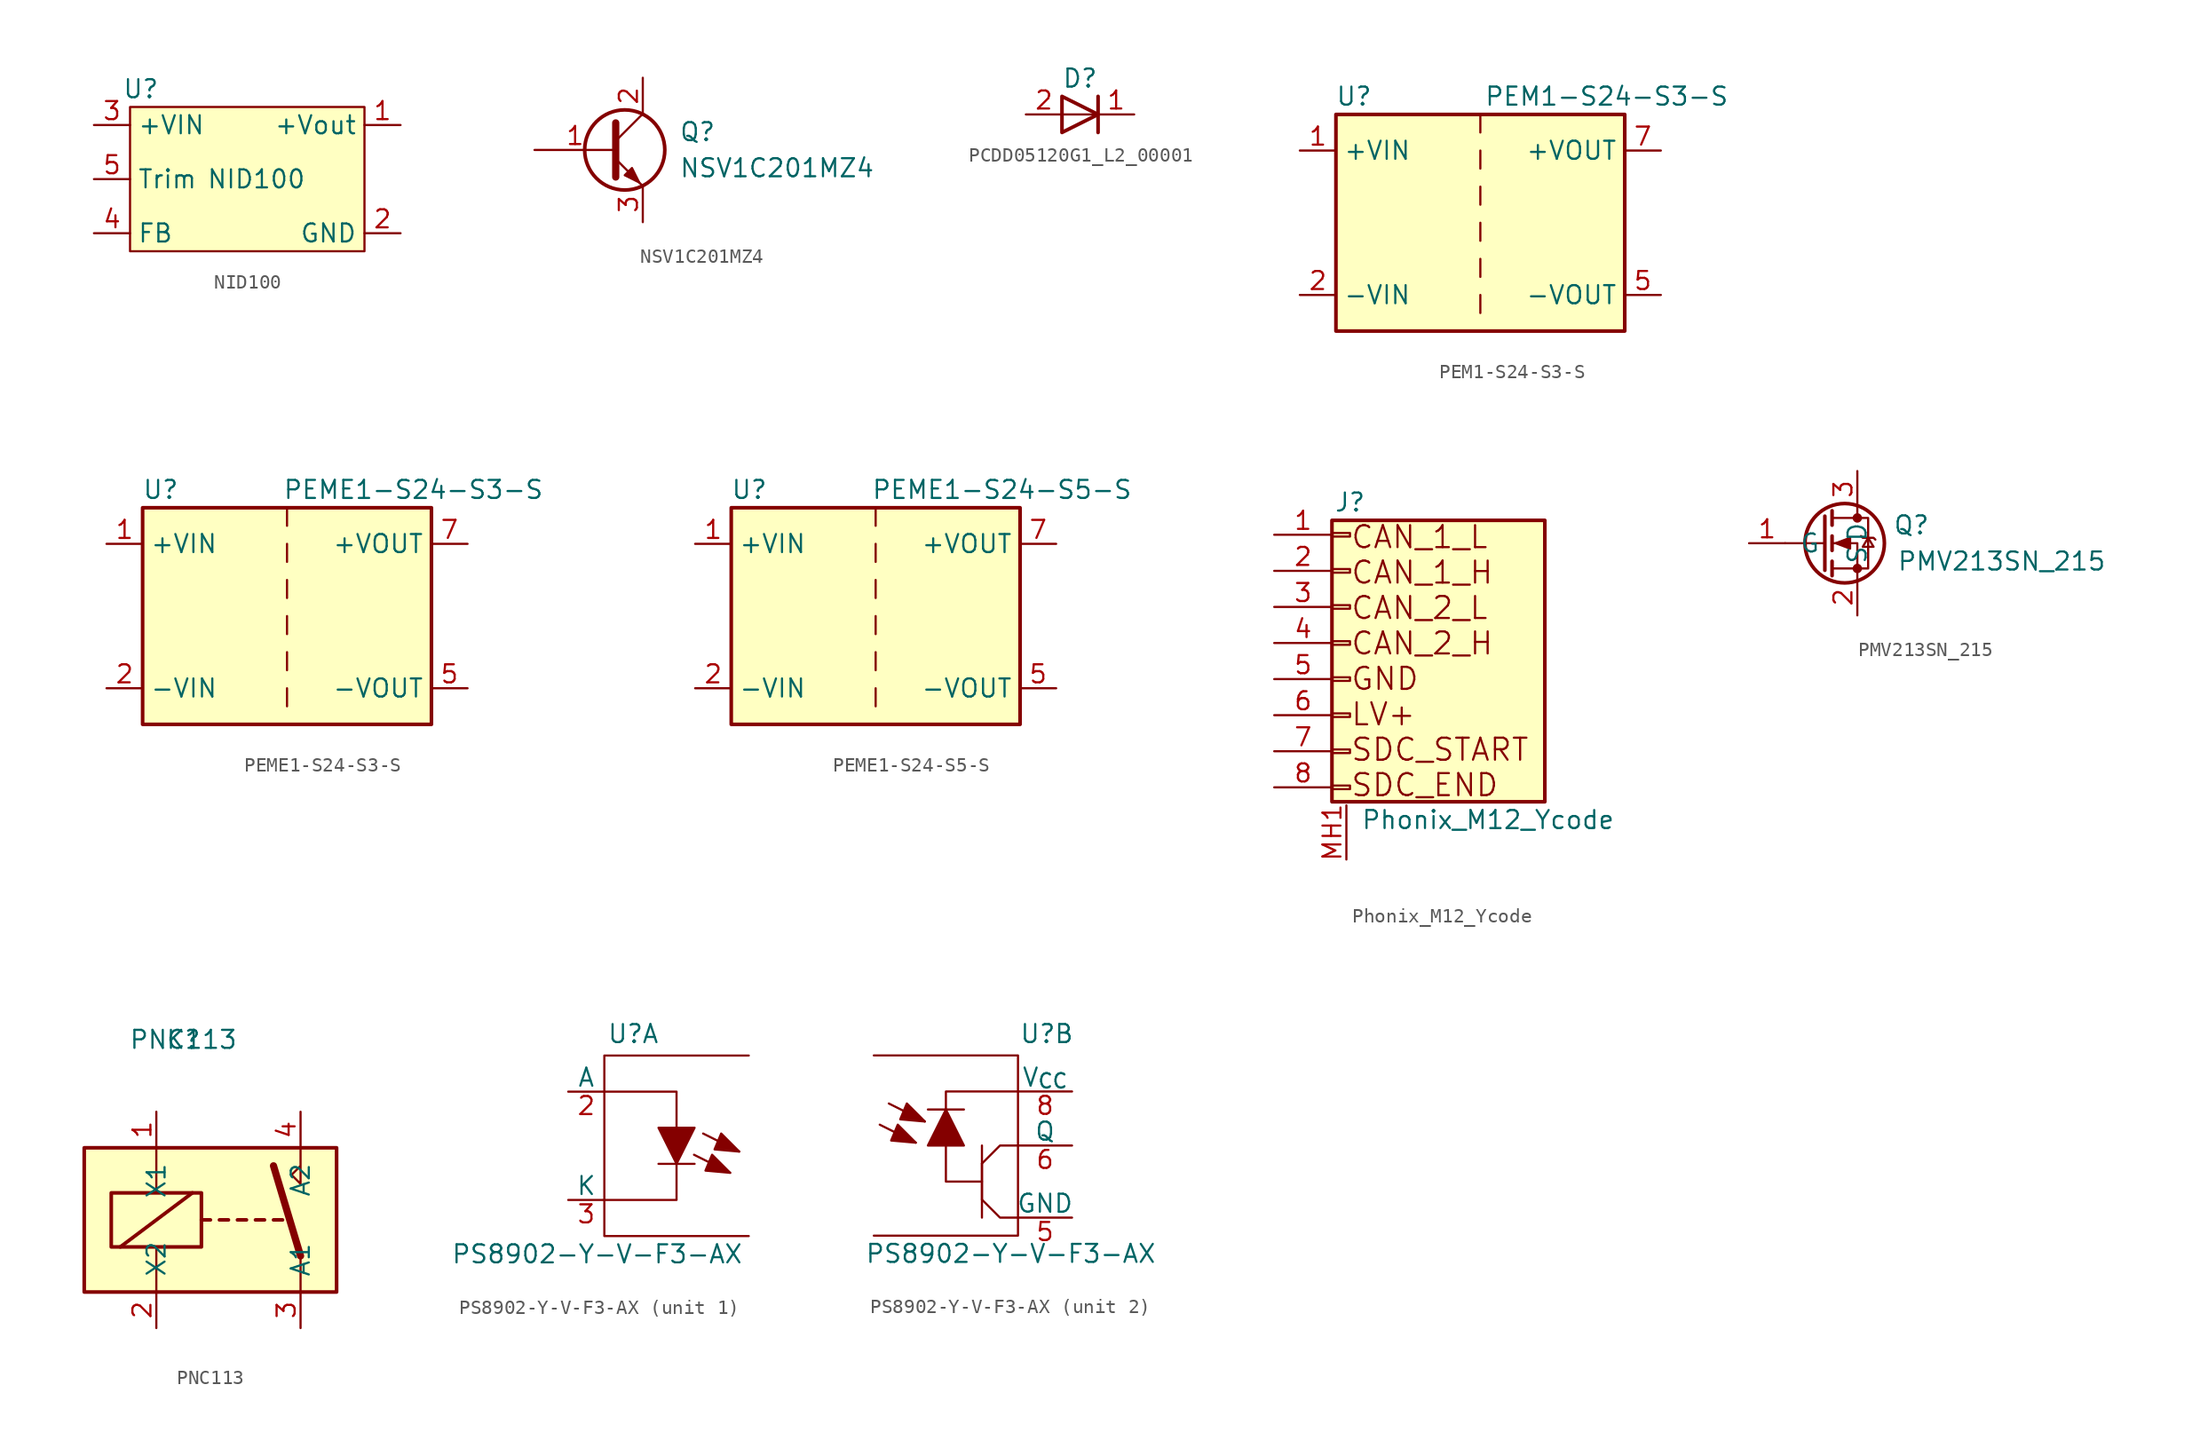
<source format=kicad_sym>
(kicad_symbol_lib
  (version 20231120)
  (generator "kicad_symbol_editor")
  (generator_version "8.0")
  (symbol "NID100"
    (property "Reference" "U"
      (at -8.128 6.35 0)
      (effects (font (size 1.27 1.27))))
    (property "Value" "NID100"
      (at 0 0 0)
      (effects (font (size 1.27 1.27))))
    (symbol "NID100_0_1"
      (rectangle (start -8.89 5.08) (end 7.62 -5.08) (stroke (width 0) (type default)) (fill (type background))))
    (symbol "NID100_1_1"
      (pin bidirectional line (at 10.16 3.81 180) (length 2.54) (name "+Vout" (effects (font (size 1.27 1.27)))) (number "1" (effects (font (size 1.27 1.27)))))
      (pin power_in line (at 10.16 -3.81 180) (length 2.54) (name "GND" (effects (font (size 1.27 1.27)))) (number "2" (effects (font (size 1.27 1.27)))))
      (pin power_in line (at -11.43 3.81 0) (length 2.54) (name "+VIN" (effects (font (size 1.27 1.27)))) (number "3" (effects (font (size 1.27 1.27)))))
      (pin bidirectional line (at -11.43 -3.81 0) (length 2.54) (name "FB" (effects (font (size 1.27 1.27)))) (number "4" (effects (font (size 1.27 1.27)))))
      (pin bidirectional line (at -11.43 0 0) (length 2.54) (name "Trim" (effects (font (size 1.27 1.27)))) (number "5" (effects (font (size 1.27 1.27)))))))
  (symbol "NSV1C201MZ4"
    (pin_names
      (offset 0) hide)
    (property "Reference" "Q"
      (at 5.08 1.27 0)
      (effects (font (size 1.27 1.27)) (justify left)))
    (property "Value" "NSV1C201MZ4"
      (at 5.08 -1.27 0)
      (effects (font (size 1.27 1.27)) (justify left)))
    (symbol "NSV1C201MZ4_0_1"
      (polyline (pts (xy 0.635 0.635) (xy 2.54 2.54)) (stroke (width 0) (type default)) (fill (type none)))
      (polyline (pts (xy 0.635 -0.635) (xy 2.54 -2.54) (xy 2.54 -2.54)) (stroke (width 0) (type default)) (fill (type none)))
      (polyline (pts (xy 0.635 1.905) (xy 0.635 -1.905) (xy 0.635 -1.905)) (stroke (width 0.508) (type default)) (fill (type none)))
      (polyline (pts (xy 1.27 -1.778) (xy 1.778 -1.27) (xy 2.286 -2.286) (xy 1.27 -1.778) (xy 1.27 -1.778)) (stroke (width 0) (type default)) (fill (type outline)))
      (circle (center 1.27 0) (radius 2.819) (stroke (width 0.254) (type default)) (fill (type none))))
    (symbol "NSV1C201MZ4_1_1"
      (pin input line (at -5.08 0 0) (length 5.715) (name "B" (effects (font (size 1.27 1.27)))) (number "1" (effects (font (size 1.27 1.27)))))
      (pin passive line (at 2.54 5.08 270) (length 2.54) (name "C" (effects (font (size 1.27 1.27)))) (number "2" (effects (font (size 1.27 1.27)))))
      (pin passive line (at 2.54 -5.08 90) (length 2.54) (name "E" (effects (font (size 1.27 1.27)))) (number "3" (effects (font (size 1.27 1.27)))))))
  (symbol "PCDD05120G1_L2_00001"
    (property "Reference" "D"
      (at 0 2.54 0)
      (effects (font (size 1.27 1.27))))
    (property "Value" ""
      (at 0 2.54 0)
      (effects (font (size 1.27 1.27))))
    (symbol "PCDD05120G1_L2_00001_1_1"
      (polyline (pts (xy -1.27 0) (xy 1.27 0)) (stroke (width 0) (type default)) (fill (type none)))
      (polyline (pts (xy 1.27 1.27) (xy 1.27 -1.27)) (stroke (width 0.254) (type default)) (fill (type none)))
      (polyline (pts (xy -1.27 1.27) (xy -1.27 -1.27) (xy 1.27 0) (xy -1.27 1.27)) (stroke (width 0.254) (type default)) (fill (type none)))
      (pin passive line (at 3.81 0 180) (length 2.54) (name "" (effects (font (size 1.27 1.27)))) (number "1" (effects (font (size 1.27 1.27)))))
      (pin passive line (at -3.81 0 0) (length 2.54) (name "" (effects (font (size 1.27 1.27)))) (number "2" (effects (font (size 1.27 1.27)))))))
  (symbol "PEM1-S24-S3-S"
    (property "Reference" "U"
      (at -8.89 8.89 0)
      (effects (font (size 1.27 1.27))))
    (property "Value" "PEM1-S24-S3-S"
      (at 8.89 8.89 0)
      (effects (font (size 1.27 1.27))))
    (symbol "PEM1-S24-S3-S_0_1"
      (rectangle (start -10.16 7.62) (end 10.16 -7.62) (stroke (width 0.254) (type default)) (fill (type background)))
      (polyline (pts (xy 0 -5.08) (xy 0 -6.35)) (stroke (width 0) (type default)) (fill (type none)))
      (polyline (pts (xy 0 -2.54) (xy 0 -3.81)) (stroke (width 0) (type default)) (fill (type none)))
      (polyline (pts (xy 0 0) (xy 0 -1.27)) (stroke (width 0) (type default)) (fill (type none)))
      (polyline (pts (xy 0 2.54) (xy 0 1.27)) (stroke (width 0) (type default)) (fill (type none)))
      (polyline (pts (xy 0 5.08) (xy 0 3.81)) (stroke (width 0) (type default)) (fill (type none)))
      (polyline (pts (xy 0 7.62) (xy 0 6.35)) (stroke (width 0) (type default)) (fill (type none))))
    (symbol "PEM1-S24-S3-S_1_1"
      (pin power_in line (at -12.7 5.08 0) (length 2.54) (name "+VIN" (effects (font (size 1.27 1.27)))) (number "1" (effects (font (size 1.27 1.27)))))
      (pin power_in line (at -12.7 -5.08 0) (length 2.54) (name "-VIN" (effects (font (size 1.27 1.27)))) (number "2" (effects (font (size 1.27 1.27)))))
      (pin power_out line (at 12.7 -5.08 180) (length 2.54) (name "-VOUT" (effects (font (size 1.27 1.27)))) (number "5" (effects (font (size 1.27 1.27)))))
      (pin power_out line (at 12.7 5.08 180) (length 2.54) (name "+VOUT" (effects (font (size 1.27 1.27)))) (number "7" (effects (font (size 1.27 1.27)))))))
  (symbol "PEME1-S24-S3-S"
    (property "Reference" "U"
      (at -8.89 8.89 0)
      (effects (font (size 1.27 1.27))))
    (property "Value" "PEME1-S24-S3-S"
      (at 8.89 8.89 0)
      (effects (font (size 1.27 1.27))))
    (symbol "PEME1-S24-S3-S_0_1"
      (rectangle (start -10.16 7.62) (end 10.16 -7.62) (stroke (width 0.254) (type default)) (fill (type background)))
      (polyline (pts (xy 0 -5.08) (xy 0 -6.35)) (stroke (width 0) (type default)) (fill (type none)))
      (polyline (pts (xy 0 -2.54) (xy 0 -3.81)) (stroke (width 0) (type default)) (fill (type none)))
      (polyline (pts (xy 0 0) (xy 0 -1.27)) (stroke (width 0) (type default)) (fill (type none)))
      (polyline (pts (xy 0 2.54) (xy 0 1.27)) (stroke (width 0) (type default)) (fill (type none)))
      (polyline (pts (xy 0 5.08) (xy 0 3.81)) (stroke (width 0) (type default)) (fill (type none)))
      (polyline (pts (xy 0 7.62) (xy 0 6.35)) (stroke (width 0) (type default)) (fill (type none))))
    (symbol "PEME1-S24-S3-S_1_1"
      (pin power_in line (at -12.7 5.08 0) (length 2.54) (name "+VIN" (effects (font (size 1.27 1.27)))) (number "1" (effects (font (size 1.27 1.27)))))
      (pin power_in line (at -12.7 -5.08 0) (length 2.54) (name "-VIN" (effects (font (size 1.27 1.27)))) (number "2" (effects (font (size 1.27 1.27)))))
      (pin power_out line (at 12.7 -5.08 180) (length 2.54) (name "-VOUT" (effects (font (size 1.27 1.27)))) (number "5" (effects (font (size 1.27 1.27)))))
      (pin power_out line (at 12.7 5.08 180) (length 2.54) (name "+VOUT" (effects (font (size 1.27 1.27)))) (number "7" (effects (font (size 1.27 1.27)))))))
  (symbol "PEME1-S24-S5-S"
    (property "Reference" "U"
      (at -8.89 8.89 0)
      (effects (font (size 1.27 1.27))))
    (property "Value" "PEME1-S24-S5-S"
      (at 8.89 8.89 0)
      (effects (font (size 1.27 1.27))))
    (symbol "PEME1-S24-S5-S_0_1"
      (rectangle (start -10.16 7.62) (end 10.16 -7.62) (stroke (width 0.254) (type default)) (fill (type background)))
      (polyline (pts (xy 0 -5.08) (xy 0 -6.35)) (stroke (width 0) (type default)) (fill (type none)))
      (polyline (pts (xy 0 -2.54) (xy 0 -3.81)) (stroke (width 0) (type default)) (fill (type none)))
      (polyline (pts (xy 0 0) (xy 0 -1.27)) (stroke (width 0) (type default)) (fill (type none)))
      (polyline (pts (xy 0 2.54) (xy 0 1.27)) (stroke (width 0) (type default)) (fill (type none)))
      (polyline (pts (xy 0 5.08) (xy 0 3.81)) (stroke (width 0) (type default)) (fill (type none)))
      (polyline (pts (xy 0 7.62) (xy 0 6.35)) (stroke (width 0) (type default)) (fill (type none))))
    (symbol "PEME1-S24-S5-S_1_1"
      (pin power_in line (at -12.7 5.08 0) (length 2.54) (name "+VIN" (effects (font (size 1.27 1.27)))) (number "1" (effects (font (size 1.27 1.27)))))
      (pin power_in line (at -12.7 -5.08 0) (length 2.54) (name "-VIN" (effects (font (size 1.27 1.27)))) (number "2" (effects (font (size 1.27 1.27)))))
      (pin power_out line (at 12.7 -5.08 180) (length 2.54) (name "-VOUT" (effects (font (size 1.27 1.27)))) (number "5" (effects (font (size 1.27 1.27)))))
      (pin power_out line (at 12.7 5.08 180) (length 2.54) (name "+VOUT" (effects (font (size 1.27 1.27)))) (number "7" (effects (font (size 1.27 1.27)))))))
  (symbol "Phonix_M12_Ycode"
    (pin_names
      (offset 1.016) hide)
    (property "Reference" "J"
      (at 0.254 9.906 0)
      (effects (font (size 1.27 1.27))))
    (property "Value" "Phonix_M12_Ycode"
      (at 1.016 -12.446 0)
      (effects (font (size 1.27 1.27)) (justify left)))
    (symbol "Phonix_M12_Ycode_1_1"
      (rectangle (start -1.016 -10.033) (end 0.254 -10.287) (stroke (width 0.152) (type default)) (fill (type none)))
      (rectangle (start -1.016 -7.493) (end 0.254 -7.747) (stroke (width 0.152) (type default)) (fill (type none)))
      (rectangle (start -1.016 -4.953) (end 0.254 -5.207) (stroke (width 0.152) (type default)) (fill (type none)))
      (rectangle (start -1.016 -2.413) (end 0.254 -2.667) (stroke (width 0.152) (type default)) (fill (type none)))
      (rectangle (start -1.016 0.127) (end 0.254 -0.127) (stroke (width 0.152) (type default)) (fill (type none)))
      (rectangle (start -1.016 2.667) (end 0.254 2.413) (stroke (width 0.152) (type default)) (fill (type none)))
      (rectangle (start -1.016 5.207) (end 0.254 4.953) (stroke (width 0.152) (type default)) (fill (type none)))
      (rectangle (start -1.016 7.747) (end 0.254 7.493) (stroke (width 0.152) (type default)) (fill (type none)))
      (rectangle (start -1.016 8.636) (end 13.97 -11.176) (stroke (width 0.254) (type default)) (fill (type background)))
      (text "CAN_1_L\nCAN_1_H\nCAN_2_L\nCAN_2_H\nGND\nLV+\nSDC_START\nSDC_END" (at 0.254 -1.27 0) (effects (font (size 1.549 1.549)) (justify left)))
      (pin passive line (at -5.08 7.62 0) (length 4.064) (name "Pin_1" (effects (font (size 1.27 1.27)))) (number "1" (effects (font (size 1.27 1.27)))))
      (pin passive line (at -5.08 5.08 0) (length 4.064) (name "Pin_2" (effects (font (size 1.27 1.27)))) (number "2" (effects (font (size 1.27 1.27)))))
      (pin passive line (at -5.08 2.54 0) (length 4.064) (name "Pin_3" (effects (font (size 1.27 1.27)))) (number "3" (effects (font (size 1.27 1.27)))))
      (pin passive line (at -5.08 0 0) (length 4.064) (name "Pin_4" (effects (font (size 1.27 1.27)))) (number "4" (effects (font (size 1.27 1.27)))))
      (pin passive line (at -5.08 -2.54 0) (length 4.064) (name "Pin_5" (effects (font (size 1.27 1.27)))) (number "5" (effects (font (size 1.27 1.27)))))
      (pin passive line (at -5.08 -5.08 0) (length 4.064) (name "Pin_6" (effects (font (size 1.27 1.27)))) (number "6" (effects (font (size 1.27 1.27)))))
      (pin passive line (at -5.08 -7.62 0) (length 4.064) (name "Pin_7" (effects (font (size 1.27 1.27)))) (number "7" (effects (font (size 1.27 1.27)))))
      (pin passive line (at -5.08 -10.16 0) (length 4.064) (name "Pin_8" (effects (font (size 1.27 1.27)))) (number "8" (effects (font (size 1.27 1.27)))))
      (pin passive line (at 0 -15.24 90) (length 3.81) (name "Shield" (effects (font (size 1.27 1.27)))) (number "MH1" (effects (font (size 1.27 1.27)))))))
  (symbol "PMV213SN_215"
    (pin_names
      (offset 1.016))
    (property "Reference" "Q"
      (at 3.81 1.27 0)
      (effects (font (size 1.27 1.27))))
    (property "Value" "PMV213SN_215"
      (at 10.16 -1.27 0)
      (effects (font (size 1.27 1.27))))
    (symbol "PMV213SN_215_1_1"
      (circle (center -0.889 0) (radius 2.794) (stroke (width 0.254) (type default)) (fill (type none)))
      (circle (center 0 -1.778) (radius 0.254) (stroke (width 0) (type default)) (fill (type outline)))
      (polyline (pts (xy -2.286 0) (xy -5.08 0)) (stroke (width 0) (type default)) (fill (type none)))
      (polyline (pts (xy -2.286 1.905) (xy -2.286 -1.905)) (stroke (width 0.254) (type default)) (fill (type none)))
      (polyline (pts (xy -1.778 -1.27) (xy -1.778 -2.286)) (stroke (width 0.254) (type default)) (fill (type none)))
      (polyline (pts (xy -1.778 0.508) (xy -1.778 -0.508)) (stroke (width 0.254) (type default)) (fill (type none)))
      (polyline (pts (xy -1.778 2.286) (xy -1.778 1.27)) (stroke (width 0.254) (type default)) (fill (type none)))
      (polyline (pts (xy 0 2.54) (xy 0 1.778)) (stroke (width 0) (type default)) (fill (type none)))
      (polyline (pts (xy 0 -2.54) (xy 0 0) (xy -1.778 0)) (stroke (width 0) (type default)) (fill (type none)))
      (polyline (pts (xy -1.778 -1.778) (xy 0.762 -1.778) (xy 0.762 1.778) (xy -1.778 1.778)) (stroke (width 0) (type default)) (fill (type none)))
      (polyline (pts (xy -1.524 0) (xy -0.508 0.381) (xy -0.508 -0.381) (xy -1.524 0)) (stroke (width 0) (type default)) (fill (type outline)))
      (polyline (pts (xy 0.254 0.508) (xy 0.381 0.381) (xy 1.143 0.381) (xy 1.27 0.254)) (stroke (width 0) (type default)) (fill (type none)))
      (polyline (pts (xy 0.762 0.381) (xy 0.381 -0.254) (xy 1.143 -0.254) (xy 0.762 0.381)) (stroke (width 0) (type default)) (fill (type none)))
      (circle (center 0 1.778) (radius 0.254) (stroke (width 0) (type default)) (fill (type outline)))
      (pin input line (at -7.62 0 0) (length 2.54) (name "G" (effects (font (size 1.27 1.27)))) (number "1" (effects (font (size 1.27 1.27)))))
      (pin passive line (at 0 -5.08 90) (length 2.54) (name "S" (effects (font (size 1.27 1.27)))) (number "2" (effects (font (size 1.27 1.27)))))
      (pin passive line (at 0 5.08 270) (length 2.54) (name "D" (effects (font (size 1.27 1.27)))) (number "3" (effects (font (size 1.27 1.27)))))))
  (symbol "PNC113"
    (pin_names
      (offset 1.016))
    (property "Reference" "K"
      (at -2.54 12.7 0)
      (effects (font (size 1.27 1.27))))
    (property "Value" "PNC113"
      (at -2.54 12.7 0)
      (effects (font (size 1.27 1.27))))
    (symbol "PNC113_1_1"
      (rectangle (start -9.525 5.08) (end 8.255 -5.08) (stroke (width 0.254) (type default)) (fill (type background)))
      (rectangle (start -7.62 1.905) (end -1.27 -1.905) (stroke (width 0.254) (type default)) (fill (type none)))
      (polyline (pts (xy -6.985 -1.905) (xy -1.905 1.905)) (stroke (width 0.254) (type default)) (fill (type none)))
      (polyline (pts (xy -4.445 -5.08) (xy -4.445 -1.905)) (stroke (width 0) (type default)) (fill (type none)))
      (polyline (pts (xy -4.445 5.08) (xy -4.445 1.905)) (stroke (width 0) (type default)) (fill (type none)))
      (polyline (pts (xy -1.27 0) (xy -0.635 0)) (stroke (width 0.254) (type default)) (fill (type none)))
      (polyline (pts (xy 0 0) (xy 0.635 0)) (stroke (width 0.254) (type default)) (fill (type none)))
      (polyline (pts (xy 1.27 0) (xy 1.905 0)) (stroke (width 0.254) (type default)) (fill (type none)))
      (polyline (pts (xy 2.54 0) (xy 3.175 0)) (stroke (width 0.254) (type default)) (fill (type none)))
      (polyline (pts (xy 3.81 0) (xy 4.445 0)) (stroke (width 0.254) (type default)) (fill (type none)))
      (polyline (pts (xy 5.715 -2.54) (xy 3.81 3.81)) (stroke (width 0.508) (type default)) (fill (type none)))
      (polyline (pts (xy 5.715 -2.54) (xy 5.715 -5.08)) (stroke (width 0) (type default)) (fill (type none)))
      (polyline (pts (xy 5.715 5.08) (xy 5.715 2.54) (xy 5.08 3.175) (xy 5.715 3.81)) (stroke (width 0) (type default)) (fill (type none)))
      (pin passive line (at -4.445 7.62 270) (length 2.54) (name "X1" (effects (font (size 1.27 1.27)))) (number "1" (effects (font (size 1.27 1.27)))))
      (pin passive line (at -4.445 -7.62 90) (length 2.54) (name "X2" (effects (font (size 1.27 1.27)))) (number "2" (effects (font (size 1.27 1.27)))))
      (pin passive line (at 5.715 -7.62 90) (length 2.54) (name "A1" (effects (font (size 1.27 1.27)))) (number "3" (effects (font (size 1.27 1.27)))))
      (pin passive line (at 5.715 7.62 270) (length 2.54) (name "A2" (effects (font (size 1.27 1.27)))) (number "4" (effects (font (size 1.27 1.27)))))))
  (symbol "PS8902-Y-V-F3-AX"
    (pin_names
      (offset 0))
    (property "Reference" "U"
      (at 2.032 7.874 0)
      (effects (font (size 1.27 1.27))))
    (property "Value" "PS8902-Y-V-F3-AX"
      (at -0.508 -7.62 0)
      (effects (font (size 1.27 1.27))))
    (property "ki_locked" ""
      (at 0 0 0)
      (effects (font (size 1.27 1.27))))
    (symbol "PS8902-Y-V-F3-AX_1_1"
      (polyline (pts (xy 3.81 -1.27) (xy 6.35 -1.27)) (stroke (width 0) (type default)) (fill (type none)))
      (polyline (pts (xy 6.31 -0.63) (xy 8.85 -1.9)) (stroke (width 0) (type default)) (fill (type none)))
      (polyline (pts (xy 6.95 0.863) (xy 9.49 -0.407)) (stroke (width 0) (type default)) (fill (type none)))
      (polyline (pts (xy 0 3.81) (xy 5.08 3.81) (xy 5.08 -3.81) (xy 0 -3.81)) (stroke (width 0) (type default)) (fill (type none)))
      (polyline (pts (xy 3.81 1.27) (xy 6.35 1.27) (xy 5.08 -1.27) (xy 3.81 1.27)) (stroke (width 0) (type default)) (fill (type outline)))
      (polyline (pts (xy 8.85 -1.9) (xy 7.58 -0.63) (xy 7.115 -1.746) (xy 8.85 -1.9)) (stroke (width 0) (type default)) (fill (type outline)))
      (polyline (pts (xy 9.49 -0.407) (xy 8.22 0.863) (xy 7.755 -0.253) (xy 9.49 -0.407)) (stroke (width 0) (type default)) (fill (type outline)))
      (polyline (pts (xy 10.16 6.35) (xy 0 6.35) (xy 0 -6.35) (xy 10.16 -6.35)) (stroke (width 0) (type default)) (fill (type none)))
      (pin input line (at -2.54 3.81 0) (length 2.54) (name "A" (effects (font (size 1.27 1.27)))) (number "2" (effects (font (size 1.27 1.27)))))
      (pin input line (at -2.54 -3.81 0) (length 2.54) (name "K" (effects (font (size 1.27 1.27)))) (number "3" (effects (font (size 1.27 1.27))))))
    (symbol "PS8902-Y-V-F3-AX_2_1"
      (polyline (pts (xy -9.743 1.471) (xy -7.203 0.201)) (stroke (width 0) (type default)) (fill (type none)))
      (polyline (pts (xy -9.104 2.964) (xy -6.564 1.694)) (stroke (width 0) (type default)) (fill (type none)))
      (polyline (pts (xy -6.35 2.54) (xy -3.81 2.54)) (stroke (width 0) (type default)) (fill (type none)))
      (polyline (pts (xy -2.54 -5.08) (xy -2.54 0)) (stroke (width 0) (type default)) (fill (type none)))
      (polyline (pts (xy -2.54 -1.27) (xy -2.54 -3.81)) (stroke (width 0) (type default)) (fill (type none)))
      (polyline (pts (xy -5.08 0) (xy -5.08 -2.54) (xy -2.54 -2.54)) (stroke (width 0) (type default)) (fill (type none)))
      (polyline (pts (xy -2.54 -3.81) (xy -1.27 -5.08) (xy 0 -5.08)) (stroke (width 0) (type default)) (fill (type none)))
      (polyline (pts (xy 0 0) (xy -1.27 0) (xy -2.54 -1.27)) (stroke (width 0) (type default)) (fill (type none)))
      (polyline (pts (xy 0 3.81) (xy -5.08 3.81) (xy -5.08 2.54)) (stroke (width 0) (type default)) (fill (type none)))
      (polyline (pts (xy -10.16 -6.35) (xy 0 -6.35) (xy 0 6.35) (xy -10.16 6.35)) (stroke (width 0) (type default)) (fill (type none)))
      (polyline (pts (xy -7.203 0.201) (xy -8.473 1.471) (xy -8.939 0.354) (xy -7.203 0.201)) (stroke (width 0) (type default)) (fill (type outline)))
      (polyline (pts (xy -6.564 1.694) (xy -7.833 2.964) (xy -8.299 1.847) (xy -6.564 1.694)) (stroke (width 0) (type default)) (fill (type outline)))
      (polyline (pts (xy -6.35 0) (xy -3.81 0) (xy -5.08 2.54) (xy -6.35 0)) (stroke (width 0) (type default)) (fill (type outline)))
      (pin input line (at 3.81 -5.08 180) (length 3.81) (name "GND" (effects (font (size 1.27 1.27)))) (number "5" (effects (font (size 1.27 1.27)))))
      (pin input line (at 3.81 0 180) (length 3.81) (name "Q" (effects (font (size 1.27 1.27)))) (number "6" (effects (font (size 1.27 1.27)))))
      (pin input line (at 3.81 3.81 180) (length 3.81) (name "V_{CC}" (effects (font (size 1.27 1.27)))) (number "8" (effects (font (size 1.27 1.27))))))))
</source>
